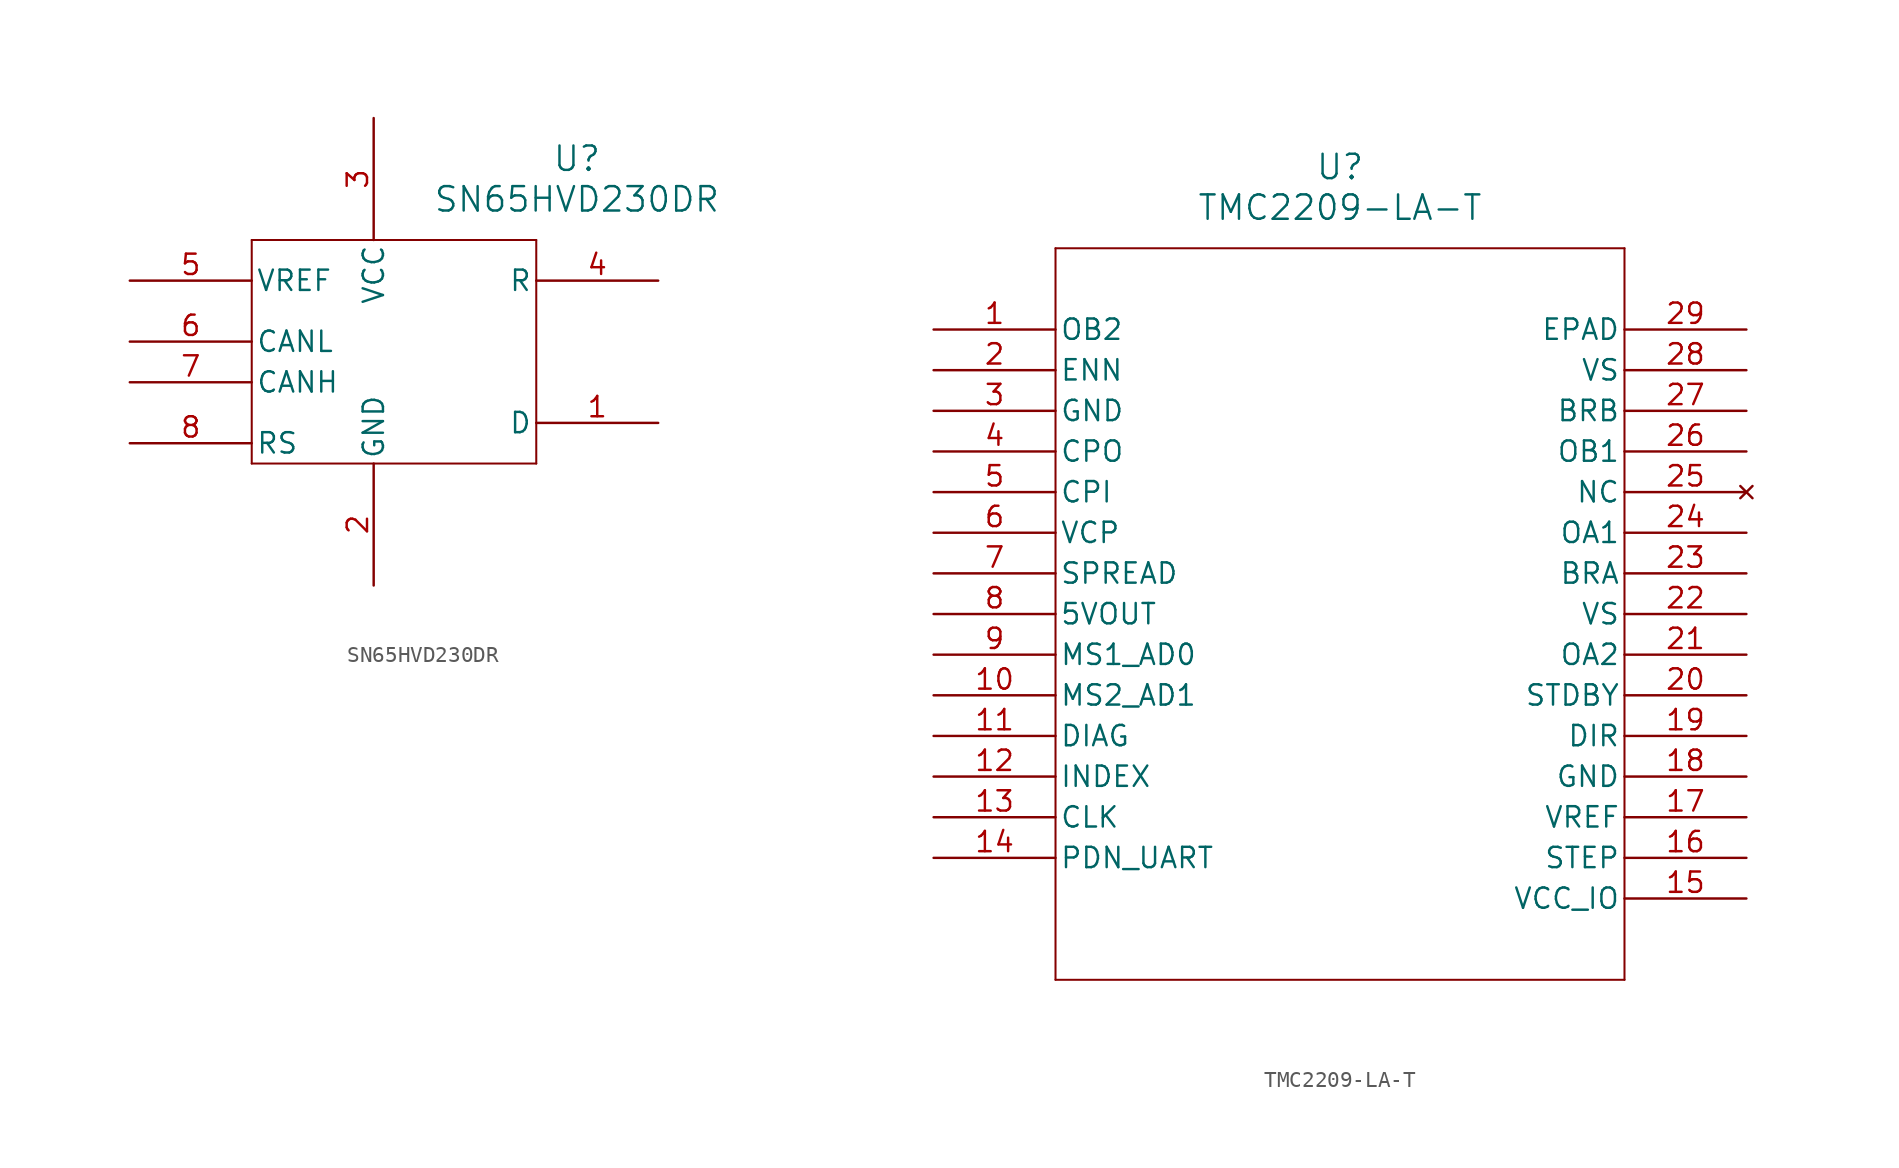
<source format=kicad_sym>
(kicad_symbol_lib
  (version 20220914)
  (generator kicad_symbol_editor)
  (symbol "SN65HVD230DR"
    (pin_names
      (offset 0.254))
    (property "Reference" "U"
      (at 27.94 10.16 0)
      (effects (font (size 1.524 1.524))))
    (property "Value" "SN65HVD230DR"
      (at 27.94 7.62 0)
      (effects (font (size 1.524 1.524))))
    (symbol "SN65HVD230DR_0_1"
      (polyline (pts (xy 7.62 -8.89) (xy 25.4 -8.89)) (stroke (width 0.127) (type default)) (fill (type none)))
      (polyline (pts (xy 7.62 5.08) (xy 7.62 -8.89)) (stroke (width 0.127) (type default)) (fill (type none)))
      (polyline (pts (xy 25.4 -8.89) (xy 25.4 5.08)) (stroke (width 0.127) (type default)) (fill (type none)))
      (polyline (pts (xy 25.4 5.08) (xy 7.62 5.08)) (stroke (width 0.127) (type default)) (fill (type none)))
      (pin input line (at 33.02 -6.35 180) (length 7.62) (name "D" (effects (font (size 1.27 1.27)))) (number "1" (effects (font (size 1.27 1.27)))))
      (pin power_in line (at 15.24 -16.51 90) (length 7.62) (name "GND" (effects (font (size 1.27 1.27)))) (number "2" (effects (font (size 1.27 1.27)))))
      (pin power_in line (at 15.24 12.7 270) (length 7.62) (name "VCC" (effects (font (size 1.27 1.27)))) (number "3" (effects (font (size 1.27 1.27)))))
      (pin input line (at 33.02 2.54 180) (length 7.62) (name "R" (effects (font (size 1.27 1.27)))) (number "4" (effects (font (size 1.27 1.27)))))
      (pin power_in line (at 0 2.54 0) (length 7.62) (name "VREF" (effects (font (size 1.27 1.27)))) (number "5" (effects (font (size 1.27 1.27)))))
      (pin output line (at 0 -1.27 0) (length 7.62) (name "CANL" (effects (font (size 1.27 1.27)))) (number "6" (effects (font (size 1.27 1.27)))))
      (pin output line (at 0 -3.81 0) (length 7.62) (name "CANH" (effects (font (size 1.27 1.27)))) (number "7" (effects (font (size 1.27 1.27)))))
      (pin input line (at 0 -7.62 0) (length 7.62) (name "RS" (effects (font (size 1.27 1.27)))) (number "8" (effects (font (size 1.27 1.27)))))))
  (symbol "TMC2209-LA-T"
    (pin_names
      (offset 0.254))
    (property "Reference" "U"
      (at 25.4 10.16 0)
      (effects (font (size 1.524 1.524))))
    (property "Value" "TMC2209-LA-T"
      (at 25.4 7.62 0)
      (effects (font (size 1.524 1.524))))
    (symbol "TMC2209-LA-T_0_1"
      (polyline (pts (xy 7.62 -40.64) (xy 43.18 -40.64)) (stroke (width 0.127) (type default)) (fill (type none)))
      (polyline (pts (xy 7.62 5.08) (xy 7.62 -40.64)) (stroke (width 0.127) (type default)) (fill (type none)))
      (polyline (pts (xy 43.18 -40.64) (xy 43.18 5.08)) (stroke (width 0.127) (type default)) (fill (type none)))
      (polyline (pts (xy 43.18 5.08) (xy 7.62 5.08)) (stroke (width 0.127) (type default)) (fill (type none)))
      (pin output line (at 0 0 0) (length 7.62) (name "OB2" (effects (font (size 1.27 1.27)))) (number "1" (effects (font (size 1.27 1.27)))))
      (pin input line (at 0 -22.86 0) (length 7.62) (name "MS2_AD1" (effects (font (size 1.27 1.27)))) (number "10" (effects (font (size 1.27 1.27)))))
      (pin output line (at 0 -25.4 0) (length 7.62) (name "DIAG" (effects (font (size 1.27 1.27)))) (number "11" (effects (font (size 1.27 1.27)))))
      (pin output line (at 0 -27.94 0) (length 7.62) (name "INDEX" (effects (font (size 1.27 1.27)))) (number "12" (effects (font (size 1.27 1.27)))))
      (pin input line (at 0 -30.48 0) (length 7.62) (name "CLK" (effects (font (size 1.27 1.27)))) (number "13" (effects (font (size 1.27 1.27)))))
      (pin bidirectional line (at 0 -33.02 0) (length 7.62) (name "PDN_UART" (effects (font (size 1.27 1.27)))) (number "14" (effects (font (size 1.27 1.27)))))
      (pin power_in line (at 50.8 -35.56 180) (length 7.62) (name "VCC_IO" (effects (font (size 1.27 1.27)))) (number "15" (effects (font (size 1.27 1.27)))))
      (pin input line (at 50.8 -33.02 180) (length 7.62) (name "STEP" (effects (font (size 1.27 1.27)))) (number "16" (effects (font (size 1.27 1.27)))))
      (pin input line (at 50.8 -30.48 180) (length 7.62) (name "VREF" (effects (font (size 1.27 1.27)))) (number "17" (effects (font (size 1.27 1.27)))))
      (pin power_in line (at 50.8 -27.94 180) (length 7.62) (name "GND" (effects (font (size 1.27 1.27)))) (number "18" (effects (font (size 1.27 1.27)))))
      (pin input line (at 50.8 -25.4 180) (length 7.62) (name "DIR" (effects (font (size 1.27 1.27)))) (number "19" (effects (font (size 1.27 1.27)))))
      (pin input line (at 0 -2.54 0) (length 7.62) (name "ENN" (effects (font (size 1.27 1.27)))) (number "2" (effects (font (size 1.27 1.27)))))
      (pin input line (at 50.8 -22.86 180) (length 7.62) (name "STDBY" (effects (font (size 1.27 1.27)))) (number "20" (effects (font (size 1.27 1.27)))))
      (pin output line (at 50.8 -20.32 180) (length 7.62) (name "OA2" (effects (font (size 1.27 1.27)))) (number "21" (effects (font (size 1.27 1.27)))))
      (pin power_in line (at 50.8 -17.78 180) (length 7.62) (name "VS" (effects (font (size 1.27 1.27)))) (number "22" (effects (font (size 1.27 1.27)))))
      (pin unspecified line (at 50.8 -15.24 180) (length 7.62) (name "BRA" (effects (font (size 1.27 1.27)))) (number "23" (effects (font (size 1.27 1.27)))))
      (pin output line (at 50.8 -12.7 180) (length 7.62) (name "OA1" (effects (font (size 1.27 1.27)))) (number "24" (effects (font (size 1.27 1.27)))))
      (pin no_connect line (at 50.8 -10.16 180) (length 7.62) (name "NC" (effects (font (size 1.27 1.27)))) (number "25" (effects (font (size 1.27 1.27)))))
      (pin output line (at 50.8 -7.62 180) (length 7.62) (name "OB1" (effects (font (size 1.27 1.27)))) (number "26" (effects (font (size 1.27 1.27)))))
      (pin unspecified line (at 50.8 -5.08 180) (length 7.62) (name "BRB" (effects (font (size 1.27 1.27)))) (number "27" (effects (font (size 1.27 1.27)))))
      (pin power_in line (at 50.8 -2.54 180) (length 7.62) (name "VS" (effects (font (size 1.27 1.27)))) (number "28" (effects (font (size 1.27 1.27)))))
      (pin unspecified line (at 50.8 0 180) (length 7.62) (name "EPAD" (effects (font (size 1.27 1.27)))) (number "29" (effects (font (size 1.27 1.27)))))
      (pin power_in line (at 0 -5.08 0) (length 7.62) (name "GND" (effects (font (size 1.27 1.27)))) (number "3" (effects (font (size 1.27 1.27)))))
      (pin output line (at 0 -7.62 0) (length 7.62) (name "CPO" (effects (font (size 1.27 1.27)))) (number "4" (effects (font (size 1.27 1.27)))))
      (pin input line (at 0 -10.16 0) (length 7.62) (name "CPI" (effects (font (size 1.27 1.27)))) (number "5" (effects (font (size 1.27 1.27)))))
      (pin power_in line (at 0 -12.7 0) (length 7.62) (name "VCP" (effects (font (size 1.27 1.27)))) (number "6" (effects (font (size 1.27 1.27)))))
      (pin input line (at 0 -15.24 0) (length 7.62) (name "SPREAD" (effects (font (size 1.27 1.27)))) (number "7" (effects (font (size 1.27 1.27)))))
      (pin output line (at 0 -17.78 0) (length 7.62) (name "5VOUT" (effects (font (size 1.27 1.27)))) (number "8" (effects (font (size 1.27 1.27)))))
      (pin input line (at 0 -20.32 0) (length 7.62) (name "MS1_AD0" (effects (font (size 1.27 1.27)))) (number "9" (effects (font (size 1.27 1.27))))))))
</source>
